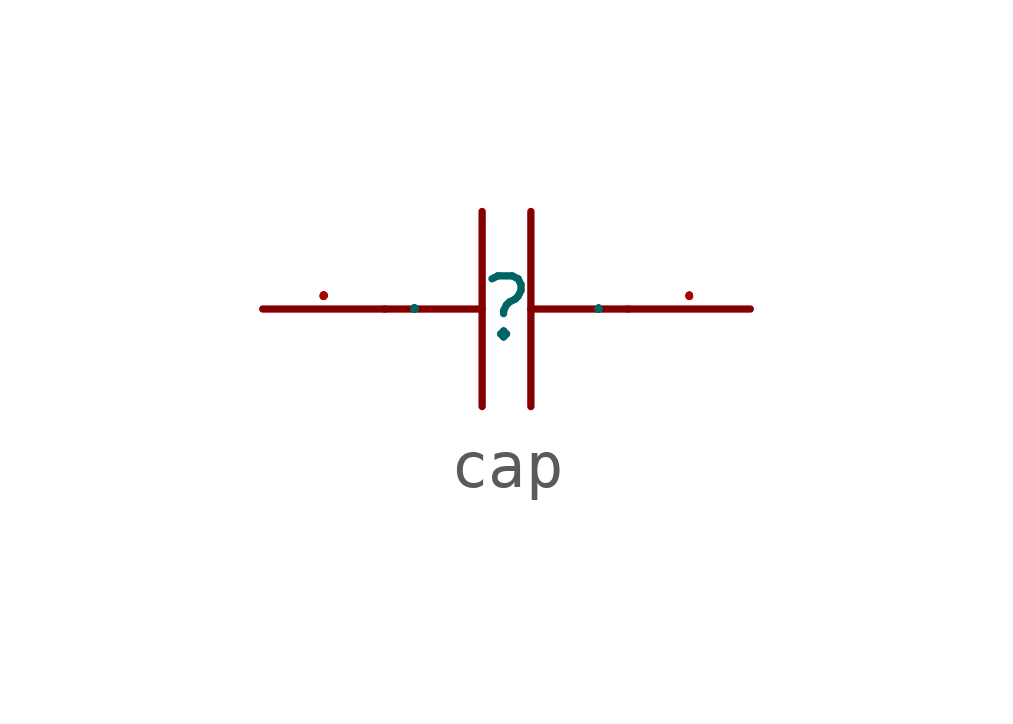
<source format=kicad_sym>
(kicad_symbol_lib
  (version 20231120)
  (generator "kicad_symbol_editor")
  (generator_version "8.0")
  (symbol "cap"
    (property "Reference" ""
      (at 0 0 0)
      (effects (font (size 1.27 1.27))))
    (property "Value" ""
      (at 0 0 0)
      (effects (font (size 1.27 1.27))))
    (symbol "cap_1_0"
      (polyline (pts (xy -2.54 0) (xy -0.508 0)) (stroke (width 0) (type default)) (fill (type none)))
      (polyline (pts (xy -0.508 -2.032) (xy -0.508 2.032)) (stroke (width 0) (type default)) (fill (type none)))
      (polyline (pts (xy 0.508 0) (xy 2.54 0)) (stroke (width 0) (type default)) (fill (type none)))
      (polyline (pts (xy 0.508 2.032) (xy 0.508 -2.032)) (stroke (width 0) (type default)) (fill (type none)))
      (pin input line (at 5.08 0 180) (length 2.54) (name "1" (effects (font (size 0.025 0.025)))) (number "1" (effects (font (size 0.025 0.025)))))
      (pin input line (at -5.08 0 0) (length 2.54) (name "2" (effects (font (size 0.025 0.025)))) (number "2" (effects (font (size 0.025 0.025))))))))
</source>
